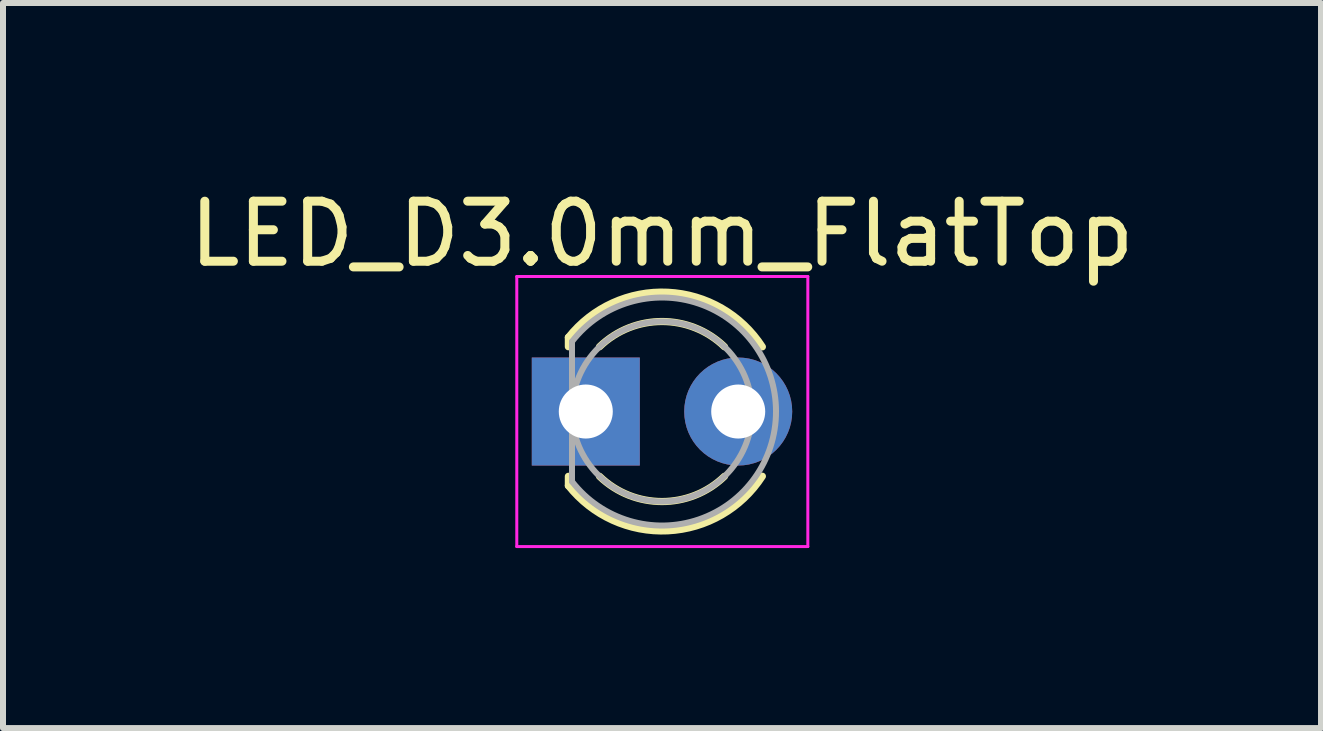
<source format=kicad_pcb>
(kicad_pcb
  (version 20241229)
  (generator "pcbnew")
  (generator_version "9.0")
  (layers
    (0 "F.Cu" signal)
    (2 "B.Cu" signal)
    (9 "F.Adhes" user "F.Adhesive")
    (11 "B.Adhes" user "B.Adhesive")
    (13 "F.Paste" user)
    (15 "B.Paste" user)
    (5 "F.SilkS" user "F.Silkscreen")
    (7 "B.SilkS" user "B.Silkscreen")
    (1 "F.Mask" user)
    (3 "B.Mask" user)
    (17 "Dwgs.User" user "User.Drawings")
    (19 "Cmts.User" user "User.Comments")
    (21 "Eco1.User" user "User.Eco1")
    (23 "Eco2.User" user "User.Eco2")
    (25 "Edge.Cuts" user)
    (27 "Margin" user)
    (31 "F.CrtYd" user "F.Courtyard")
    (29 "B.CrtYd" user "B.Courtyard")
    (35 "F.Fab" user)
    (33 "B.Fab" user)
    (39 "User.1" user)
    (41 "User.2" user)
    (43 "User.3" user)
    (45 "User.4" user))
  (footprint "LED_D3.0mm_FlatTop"
    (layer "F.Cu")
    (at 7.982 3.808)
    (property "Reference" "LED_D3.0mm_FlatTop" (at 0 -2.96 0) (layer "F.SilkS") (effects (font (size 1 1) (thickness 0.15))))
    (attr through_hole)
    (fp_line (start -1.56 -1.236) (end -1.56 -1.08) (stroke (width 0.12) (type solid)) (layer "F.SilkS"))
    (fp_line (start -1.56 1.08) (end -1.56 1.236) (stroke (width 0.12) (type solid)) (layer "F.SilkS"))
    (fp_arc (start -1.56 -1.235516) (mid 0.096487 -1.987659) (end 1.672335 -1.078608) (stroke (width 0.12) (type solid)) (layer "F.SilkS"))
    (fp_arc (start -1.040961 -1.08) (mid 0.000117 -1.5) (end 1.04113 -1.079837) (stroke (width 0.12) (type solid)) (layer "F.SilkS"))
    (fp_arc (start 1.04113 1.079837) (mid 0.000117 1.5) (end -1.040961 1.08) (stroke (width 0.12) (type solid)) (layer "F.SilkS"))
    (fp_arc (start 1.672335 1.078608) (mid 0.096487 1.987659) (end -1.56 1.235516) (stroke (width 0.12) (type solid)) (layer "F.SilkS"))
    (fp_line (start -2.42 -2.25) (end -2.42 2.25) (stroke (width 0.05) (type solid)) (layer "F.CrtYd"))
    (fp_line (start -2.42 2.25) (end 2.43 2.25) (stroke (width 0.05) (type solid)) (layer "F.CrtYd"))
    (fp_line (start 2.43 -2.25) (end -2.42 -2.25) (stroke (width 0.05) (type solid)) (layer "F.CrtYd"))
    (fp_line (start 2.43 2.25) (end 2.43 -2.25) (stroke (width 0.05) (type solid)) (layer "F.CrtYd"))
    (fp_line (start -1.5 -1.166) (end -1.5 1.166) (stroke (width 0.1) (type solid)) (layer "F.Fab"))
    (fp_arc (start -1.5 -1.16619) (mid 1.9 0.000452) (end -1.500555 1.165476) (stroke (width 0.1) (type solid)) (layer "F.Fab"))
    (fp_circle (center 0 0) (end 1.5 0) (stroke (width 0.1) (type solid)) (fill no) (layer "F.Fab"))
    (pad "1" thru_hole rect (at -1.27 0) (size 1.8 1.8) (drill 0.9) (layers "*.Cu" "*.Mask"))
    (pad "2" thru_hole circle (at 1.27 0) (size 1.8 1.8) (drill 0.9) (layers "*.Cu" "*.Mask")))
  (gr_rect
    (start -3 -3)
    (end 18.964 9.083)
    (stroke (width 0.1) (type default))
    (fill no)
    (layer "Edge.Cuts")))
</source>
